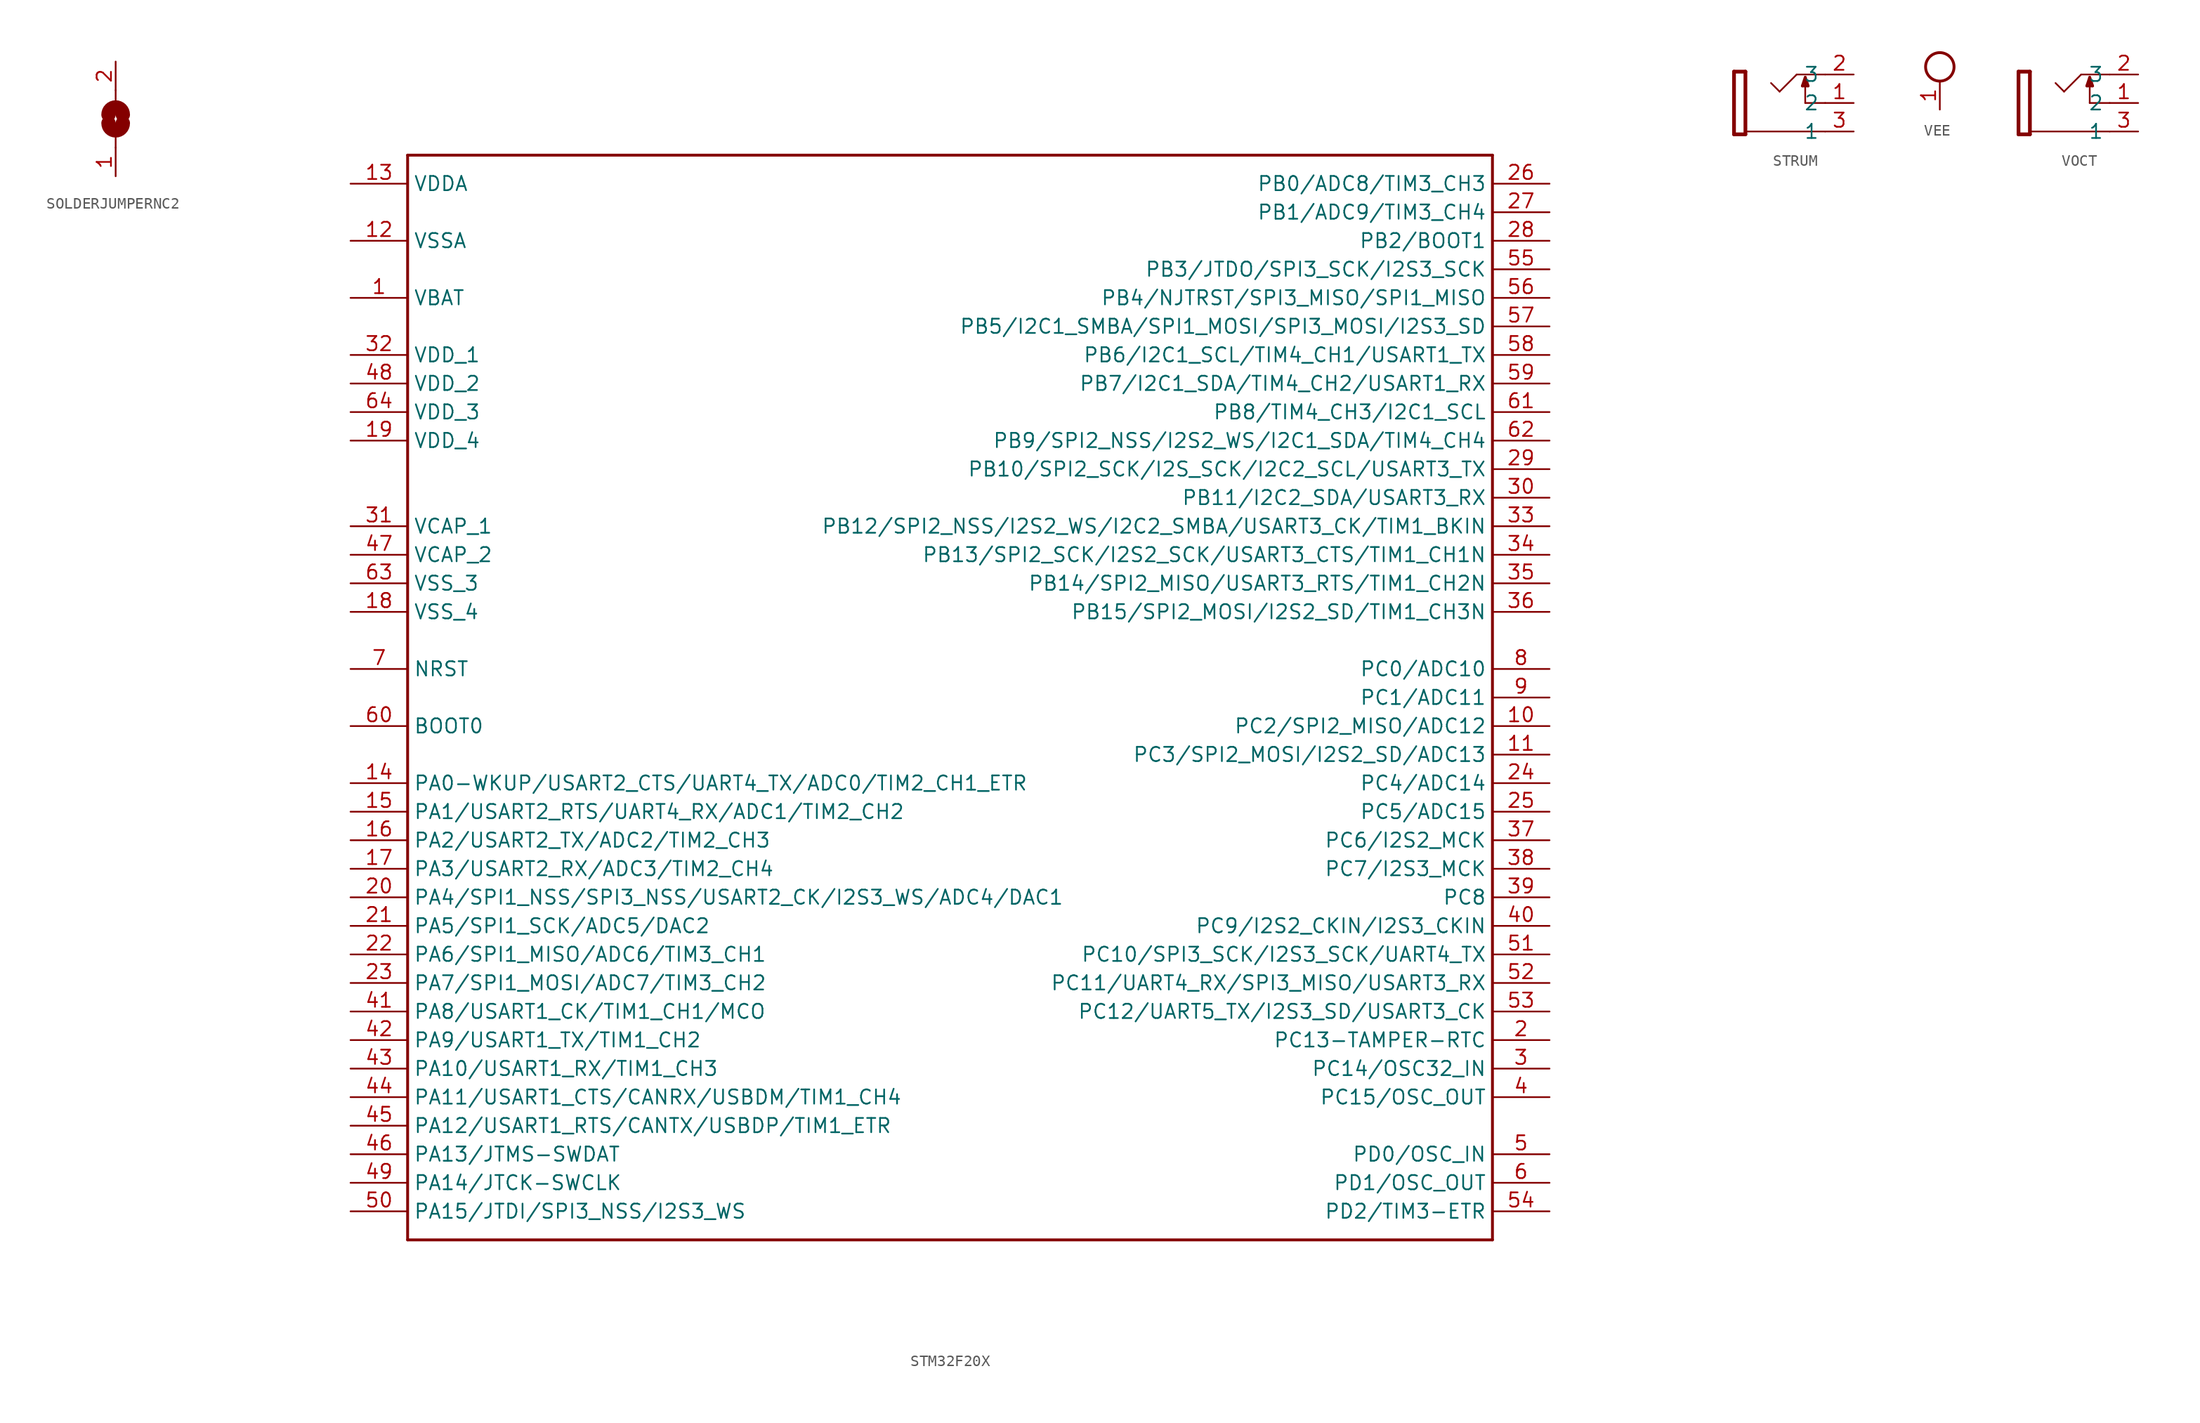
<source format=kicad_sym>
(kicad_symbol_lib
  (version 20231120)
  (generator "kicad_symbol_editor")
  (generator_version "8.0")
  (symbol "SOLDERJUMPERNC2"
    (property "Reference" "SJ"
      (at 0 0 0)
      (effects (font (size 1.27 1.27)) (hide yes)))
    (property "ki_locked" ""
      (at 0 0 0)
      (effects (font (size 1.27 1.27))))
    (symbol "SOLDERJUMPERNC2_1_0"
      (arc (start -0.635 -0.381) (mid 0 -1.016) (end 0.635 -0.381) (stroke (width 1.27) (type solid)) (fill (type none)))
      (polyline (pts (xy 0 -2.54) (xy 0 -1.651)) (stroke (width 0.152) (type solid)) (fill (type none)))
      (polyline (pts (xy 0 2.54) (xy 0 1.651)) (stroke (width 0.152) (type solid)) (fill (type none)))
      (arc (start 0.635 0.381) (mid 0 1.016) (end -0.635 0.381) (stroke (width 1.27) (type solid)) (fill (type none)))
      (pin passive line (at 0 -5.08 90) (length 2.54) (name "1" (effects (font (size 0 0)))) (number "1" (effects (font (size 1.27 1.27)))))
      (pin passive line (at 0 5.08 270) (length 2.54) (name "2" (effects (font (size 0 0)))) (number "2" (effects (font (size 1.27 1.27)))))))
  (symbol "STM32F20X"
    (property "Reference" "IC"
      (at 0 0 0)
      (effects (font (size 1.27 1.27)) (hide yes)))
    (property "ki_locked" ""
      (at 0 0 0)
      (effects (font (size 1.27 1.27))))
    (symbol "STM32F20X_1_0"
      (polyline (pts (xy -48.26 -48.26) (xy -48.26 48.26)) (stroke (width 0.254) (type solid)) (fill (type none)))
      (polyline (pts (xy -48.26 48.26) (xy 48.26 48.26)) (stroke (width 0.254) (type solid)) (fill (type none)))
      (polyline (pts (xy 48.26 -48.26) (xy -48.26 -48.26)) (stroke (width 0.254) (type solid)) (fill (type none)))
      (polyline (pts (xy 48.26 48.26) (xy 48.26 -48.26)) (stroke (width 0.254) (type solid)) (fill (type none)))
      (pin power_in line (at -53.34 35.56 0) (length 5.08) (name "VBAT" (effects (font (size 1.27 1.27)))) (number "1" (effects (font (size 1.27 1.27)))))
      (pin bidirectional line (at 53.34 -2.54 180) (length 5.08) (name "PC2/SPI2_MISO/ADC12" (effects (font (size 1.27 1.27)))) (number "10" (effects (font (size 1.27 1.27)))))
      (pin bidirectional line (at 53.34 -5.08 180) (length 5.08) (name "PC3/SPI2_MOSI/I2S2_SD/ADC13" (effects (font (size 1.27 1.27)))) (number "11" (effects (font (size 1.27 1.27)))))
      (pin power_in line (at -53.34 40.64 0) (length 5.08) (name "VSSA" (effects (font (size 1.27 1.27)))) (number "12" (effects (font (size 1.27 1.27)))))
      (pin power_in line (at -53.34 45.72 0) (length 5.08) (name "VDDA" (effects (font (size 1.27 1.27)))) (number "13" (effects (font (size 1.27 1.27)))))
      (pin bidirectional line (at -53.34 -7.62 0) (length 5.08) (name "PA0-WKUP/USART2_CTS/UART4_TX/ADC0/TIM2_CH1_ETR" (effects (font (size 1.27 1.27)))) (number "14" (effects (font (size 1.27 1.27)))))
      (pin bidirectional line (at -53.34 -10.16 0) (length 5.08) (name "PA1/USART2_RTS/UART4_RX/ADC1/TIM2_CH2" (effects (font (size 1.27 1.27)))) (number "15" (effects (font (size 1.27 1.27)))))
      (pin bidirectional line (at -53.34 -12.7 0) (length 5.08) (name "PA2/USART2_TX/ADC2/TIM2_CH3" (effects (font (size 1.27 1.27)))) (number "16" (effects (font (size 1.27 1.27)))))
      (pin bidirectional line (at -53.34 -15.24 0) (length 5.08) (name "PA3/USART2_RX/ADC3/TIM2_CH4" (effects (font (size 1.27 1.27)))) (number "17" (effects (font (size 1.27 1.27)))))
      (pin power_in line (at -53.34 7.62 0) (length 5.08) (name "VSS_4" (effects (font (size 1.27 1.27)))) (number "18" (effects (font (size 1.27 1.27)))))
      (pin power_in line (at -53.34 22.86 0) (length 5.08) (name "VDD_4" (effects (font (size 1.27 1.27)))) (number "19" (effects (font (size 1.27 1.27)))))
      (pin bidirectional line (at 53.34 -30.48 180) (length 5.08) (name "PC13-TAMPER-RTC" (effects (font (size 1.27 1.27)))) (number "2" (effects (font (size 1.27 1.27)))))
      (pin bidirectional line (at -53.34 -17.78 0) (length 5.08) (name "PA4/SPI1_NSS/SPI3_NSS/USART2_CK/I2S3_WS/ADC4/DAC1" (effects (font (size 1.27 1.27)))) (number "20" (effects (font (size 1.27 1.27)))))
      (pin bidirectional line (at -53.34 -20.32 0) (length 5.08) (name "PA5/SPI1_SCK/ADC5/DAC2" (effects (font (size 1.27 1.27)))) (number "21" (effects (font (size 1.27 1.27)))))
      (pin bidirectional line (at -53.34 -22.86 0) (length 5.08) (name "PA6/SPI1_MISO/ADC6/TIM3_CH1" (effects (font (size 1.27 1.27)))) (number "22" (effects (font (size 1.27 1.27)))))
      (pin bidirectional line (at -53.34 -25.4 0) (length 5.08) (name "PA7/SPI1_MOSI/ADC7/TIM3_CH2" (effects (font (size 1.27 1.27)))) (number "23" (effects (font (size 1.27 1.27)))))
      (pin bidirectional line (at 53.34 -7.62 180) (length 5.08) (name "PC4/ADC14" (effects (font (size 1.27 1.27)))) (number "24" (effects (font (size 1.27 1.27)))))
      (pin bidirectional line (at 53.34 -10.16 180) (length 5.08) (name "PC5/ADC15" (effects (font (size 1.27 1.27)))) (number "25" (effects (font (size 1.27 1.27)))))
      (pin bidirectional line (at 53.34 45.72 180) (length 5.08) (name "PB0/ADC8/TIM3_CH3" (effects (font (size 1.27 1.27)))) (number "26" (effects (font (size 1.27 1.27)))))
      (pin bidirectional line (at 53.34 43.18 180) (length 5.08) (name "PB1/ADC9/TIM3_CH4" (effects (font (size 1.27 1.27)))) (number "27" (effects (font (size 1.27 1.27)))))
      (pin bidirectional line (at 53.34 40.64 180) (length 5.08) (name "PB2/BOOT1" (effects (font (size 1.27 1.27)))) (number "28" (effects (font (size 1.27 1.27)))))
      (pin bidirectional line (at 53.34 20.32 180) (length 5.08) (name "PB10/SPI2_SCK/I2S_SCK/I2C2_SCL/USART3_TX" (effects (font (size 1.27 1.27)))) (number "29" (effects (font (size 1.27 1.27)))))
      (pin bidirectional line (at 53.34 -33.02 180) (length 5.08) (name "PC14/OSC32_IN" (effects (font (size 1.27 1.27)))) (number "3" (effects (font (size 1.27 1.27)))))
      (pin bidirectional line (at 53.34 17.78 180) (length 5.08) (name "PB11/I2C2_SDA/USART3_RX" (effects (font (size 1.27 1.27)))) (number "30" (effects (font (size 1.27 1.27)))))
      (pin power_in line (at -53.34 15.24 0) (length 5.08) (name "VCAP_1" (effects (font (size 1.27 1.27)))) (number "31" (effects (font (size 1.27 1.27)))))
      (pin power_in line (at -53.34 30.48 0) (length 5.08) (name "VDD_1" (effects (font (size 1.27 1.27)))) (number "32" (effects (font (size 1.27 1.27)))))
      (pin bidirectional line (at 53.34 15.24 180) (length 5.08) (name "PB12/SPI2_NSS/I2S2_WS/I2C2_SMBA/USART3_CK/TIM1_BKIN" (effects (font (size 1.27 1.27)))) (number "33" (effects (font (size 1.27 1.27)))))
      (pin bidirectional line (at 53.34 12.7 180) (length 5.08) (name "PB13/SPI2_SCK/I2S2_SCK/USART3_CTS/TIM1_CH1N" (effects (font (size 1.27 1.27)))) (number "34" (effects (font (size 1.27 1.27)))))
      (pin bidirectional line (at 53.34 10.16 180) (length 5.08) (name "PB14/SPI2_MISO/USART3_RTS/TIM1_CH2N" (effects (font (size 1.27 1.27)))) (number "35" (effects (font (size 1.27 1.27)))))
      (pin bidirectional line (at 53.34 7.62 180) (length 5.08) (name "PB15/SPI2_MOSI/I2S2_SD/TIM1_CH3N" (effects (font (size 1.27 1.27)))) (number "36" (effects (font (size 1.27 1.27)))))
      (pin bidirectional line (at 53.34 -12.7 180) (length 5.08) (name "PC6/I2S2_MCK" (effects (font (size 1.27 1.27)))) (number "37" (effects (font (size 1.27 1.27)))))
      (pin bidirectional line (at 53.34 -15.24 180) (length 5.08) (name "PC7/I2S3_MCK" (effects (font (size 1.27 1.27)))) (number "38" (effects (font (size 1.27 1.27)))))
      (pin bidirectional line (at 53.34 -17.78 180) (length 5.08) (name "PC8" (effects (font (size 1.27 1.27)))) (number "39" (effects (font (size 1.27 1.27)))))
      (pin bidirectional line (at 53.34 -35.56 180) (length 5.08) (name "PC15/OSC_OUT" (effects (font (size 1.27 1.27)))) (number "4" (effects (font (size 1.27 1.27)))))
      (pin bidirectional line (at 53.34 -20.32 180) (length 5.08) (name "PC9/I2S2_CKIN/I2S3_CKIN" (effects (font (size 1.27 1.27)))) (number "40" (effects (font (size 1.27 1.27)))))
      (pin bidirectional line (at -53.34 -27.94 0) (length 5.08) (name "PA8/USART1_CK/TIM1_CH1/MCO" (effects (font (size 1.27 1.27)))) (number "41" (effects (font (size 1.27 1.27)))))
      (pin bidirectional line (at -53.34 -30.48 0) (length 5.08) (name "PA9/USART1_TX/TIM1_CH2" (effects (font (size 1.27 1.27)))) (number "42" (effects (font (size 1.27 1.27)))))
      (pin bidirectional line (at -53.34 -33.02 0) (length 5.08) (name "PA10/USART1_RX/TIM1_CH3" (effects (font (size 1.27 1.27)))) (number "43" (effects (font (size 1.27 1.27)))))
      (pin bidirectional line (at -53.34 -35.56 0) (length 5.08) (name "PA11/USART1_CTS/CANRX/USBDM/TIM1_CH4" (effects (font (size 1.27 1.27)))) (number "44" (effects (font (size 1.27 1.27)))))
      (pin bidirectional line (at -53.34 -38.1 0) (length 5.08) (name "PA12/USART1_RTS/CANTX/USBDP/TIM1_ETR" (effects (font (size 1.27 1.27)))) (number "45" (effects (font (size 1.27 1.27)))))
      (pin bidirectional line (at -53.34 -40.64 0) (length 5.08) (name "PA13/JTMS-SWDAT" (effects (font (size 1.27 1.27)))) (number "46" (effects (font (size 1.27 1.27)))))
      (pin power_in line (at -53.34 12.7 0) (length 5.08) (name "VCAP_2" (effects (font (size 1.27 1.27)))) (number "47" (effects (font (size 1.27 1.27)))))
      (pin power_in line (at -53.34 27.94 0) (length 5.08) (name "VDD_2" (effects (font (size 1.27 1.27)))) (number "48" (effects (font (size 1.27 1.27)))))
      (pin bidirectional line (at -53.34 -43.18 0) (length 5.08) (name "PA14/JTCK-SWCLK" (effects (font (size 1.27 1.27)))) (number "49" (effects (font (size 1.27 1.27)))))
      (pin bidirectional line (at 53.34 -40.64 180) (length 5.08) (name "PD0/OSC_IN" (effects (font (size 1.27 1.27)))) (number "5" (effects (font (size 1.27 1.27)))))
      (pin bidirectional line (at -53.34 -45.72 0) (length 5.08) (name "PA15/JTDI/SPI3_NSS/I2S3_WS" (effects (font (size 1.27 1.27)))) (number "50" (effects (font (size 1.27 1.27)))))
      (pin bidirectional line (at 53.34 -22.86 180) (length 5.08) (name "PC10/SPI3_SCK/I2S3_SCK/UART4_TX" (effects (font (size 1.27 1.27)))) (number "51" (effects (font (size 1.27 1.27)))))
      (pin bidirectional line (at 53.34 -25.4 180) (length 5.08) (name "PC11/UART4_RX/SPI3_MISO/USART3_RX" (effects (font (size 1.27 1.27)))) (number "52" (effects (font (size 1.27 1.27)))))
      (pin bidirectional line (at 53.34 -27.94 180) (length 5.08) (name "PC12/UART5_TX/I2S3_SD/USART3_CK" (effects (font (size 1.27 1.27)))) (number "53" (effects (font (size 1.27 1.27)))))
      (pin bidirectional line (at 53.34 -45.72 180) (length 5.08) (name "PD2/TIM3-ETR" (effects (font (size 1.27 1.27)))) (number "54" (effects (font (size 1.27 1.27)))))
      (pin bidirectional line (at 53.34 38.1 180) (length 5.08) (name "PB3/JTDO/SPI3_SCK/I2S3_SCK" (effects (font (size 1.27 1.27)))) (number "55" (effects (font (size 1.27 1.27)))))
      (pin bidirectional line (at 53.34 35.56 180) (length 5.08) (name "PB4/NJTRST/SPI3_MISO/SPI1_MISO" (effects (font (size 1.27 1.27)))) (number "56" (effects (font (size 1.27 1.27)))))
      (pin bidirectional line (at 53.34 33.02 180) (length 5.08) (name "PB5/I2C1_SMBA/SPI1_MOSI/SPI3_MOSI/I2S3_SD" (effects (font (size 1.27 1.27)))) (number "57" (effects (font (size 1.27 1.27)))))
      (pin bidirectional line (at 53.34 30.48 180) (length 5.08) (name "PB6/I2C1_SCL/TIM4_CH1/USART1_TX" (effects (font (size 1.27 1.27)))) (number "58" (effects (font (size 1.27 1.27)))))
      (pin bidirectional line (at 53.34 27.94 180) (length 5.08) (name "PB7/I2C1_SDA/TIM4_CH2/USART1_RX" (effects (font (size 1.27 1.27)))) (number "59" (effects (font (size 1.27 1.27)))))
      (pin bidirectional line (at 53.34 -43.18 180) (length 5.08) (name "PD1/OSC_OUT" (effects (font (size 1.27 1.27)))) (number "6" (effects (font (size 1.27 1.27)))))
      (pin bidirectional line (at -53.34 -2.54 0) (length 5.08) (name "BOOT0" (effects (font (size 1.27 1.27)))) (number "60" (effects (font (size 1.27 1.27)))))
      (pin bidirectional line (at 53.34 25.4 180) (length 5.08) (name "PB8/TIM4_CH3/I2C1_SCL" (effects (font (size 1.27 1.27)))) (number "61" (effects (font (size 1.27 1.27)))))
      (pin bidirectional line (at 53.34 22.86 180) (length 5.08) (name "PB9/SPI2_NSS/I2S2_WS/I2C1_SDA/TIM4_CH4" (effects (font (size 1.27 1.27)))) (number "62" (effects (font (size 1.27 1.27)))))
      (pin power_in line (at -53.34 10.16 0) (length 5.08) (name "VSS_3" (effects (font (size 1.27 1.27)))) (number "63" (effects (font (size 1.27 1.27)))))
      (pin power_in line (at -53.34 25.4 0) (length 5.08) (name "VDD_3" (effects (font (size 1.27 1.27)))) (number "64" (effects (font (size 1.27 1.27)))))
      (pin bidirectional line (at -53.34 2.54 0) (length 5.08) (name "NRST" (effects (font (size 1.27 1.27)))) (number "7" (effects (font (size 1.27 1.27)))))
      (pin bidirectional line (at 53.34 2.54 180) (length 5.08) (name "PC0/ADC10" (effects (font (size 1.27 1.27)))) (number "8" (effects (font (size 1.27 1.27)))))
      (pin bidirectional line (at 53.34 0 180) (length 5.08) (name "PC1/ADC11" (effects (font (size 1.27 1.27)))) (number "9" (effects (font (size 1.27 1.27)))))))
  (symbol "STRUM"
    (property "Reference" "J"
      (at 0 0 0)
      (effects (font (size 1.27 1.27)) (hide yes)))
    (property "ki_locked" ""
      (at 0 0 0)
      (effects (font (size 1.27 1.27))))
    (symbol "STRUM_1_0"
      (polyline (pts (xy -4.063 -2.794) (xy -4.063 2.794)) (stroke (width 0.333) (type solid)) (fill (type none)))
      (polyline (pts (xy -4.063 2.794) (xy -3.047 2.794)) (stroke (width 0.333) (type solid)) (fill (type none)))
      (polyline (pts (xy -3.047 -2.794) (xy -4.063 -2.794)) (stroke (width 0.333) (type solid)) (fill (type none)))
      (polyline (pts (xy -3.047 2.794) (xy -3.047 -2.794)) (stroke (width 0.333) (type solid)) (fill (type none)))
      (polyline (pts (xy -0.001 1.016) (xy -0.763 1.778)) (stroke (width 0.152) (type solid)) (fill (type none)))
      (polyline (pts (xy 1.523 2.54) (xy -0.001 1.016)) (stroke (width 0.152) (type solid)) (fill (type none)))
      (polyline (pts (xy 2.031 1.524) (xy 2.285 2.286)) (stroke (width 0.254) (type solid)) (fill (type none)))
      (polyline (pts (xy 2.285 0) (xy 2.285 2.286)) (stroke (width 0.152) (type solid)) (fill (type none)))
      (polyline (pts (xy 2.285 2.286) (xy 2.539 1.524)) (stroke (width 0.254) (type solid)) (fill (type none)))
      (polyline (pts (xy 2.539 1.524) (xy 2.031 1.524)) (stroke (width 0.254) (type solid)) (fill (type none)))
      (polyline (pts (xy 4.063 -2.54) (xy -3.049 -2.54)) (stroke (width 0.152) (type solid)) (fill (type none)))
      (polyline (pts (xy 4.063 0) (xy 2.285 0)) (stroke (width 0.152) (type solid)) (fill (type none)))
      (polyline (pts (xy 4.063 2.54) (xy 1.523 2.54)) (stroke (width 0.152) (type solid)) (fill (type none)))
      (pin passive line (at 6.603 0 180) (length 2.54) (name "2" (effects (font (size 1.27 1.27)))) (number "1" (effects (font (size 1.27 1.27)))))
      (pin passive line (at 6.603 2.54 180) (length 2.54) (name "3" (effects (font (size 1.27 1.27)))) (number "2" (effects (font (size 1.27 1.27)))))
      (pin passive line (at 6.603 -2.54 180) (length 2.54) (name "1" (effects (font (size 1.27 1.27)))) (number "3" (effects (font (size 1.27 1.27)))))))
  (symbol "VEE"
    (power)
    (property "Reference" "#SUPPLY"
      (at 0 0 0)
      (effects (font (size 1.27 1.27)) (hide yes)))
    (property "ki_locked" ""
      (at 0 0 0)
      (effects (font (size 1.27 1.27))))
    (symbol "VEE_1_0"
      (circle (center 0 0) (radius 1.27) (stroke (width 0.254) (type solid)) (fill (type none)))
      (pin power_in line (at 0 -3.81 90) (length 2.54) (name "VEE" (effects (font (size 0 0)))) (number "1" (effects (font (size 1.27 1.27)))))))
  (symbol "VOCT"
    (property "Reference" "J"
      (at 0 0 0)
      (effects (font (size 1.27 1.27)) (hide yes)))
    (property "ki_locked" ""
      (at 0 0 0)
      (effects (font (size 1.27 1.27))))
    (symbol "VOCT_1_0"
      (polyline (pts (xy -4.063 -2.794) (xy -4.063 2.794)) (stroke (width 0.333) (type solid)) (fill (type none)))
      (polyline (pts (xy -4.063 2.794) (xy -3.047 2.794)) (stroke (width 0.333) (type solid)) (fill (type none)))
      (polyline (pts (xy -3.047 -2.794) (xy -4.063 -2.794)) (stroke (width 0.333) (type solid)) (fill (type none)))
      (polyline (pts (xy -3.047 2.794) (xy -3.047 -2.794)) (stroke (width 0.333) (type solid)) (fill (type none)))
      (polyline (pts (xy -0.001 1.016) (xy -0.763 1.778)) (stroke (width 0.152) (type solid)) (fill (type none)))
      (polyline (pts (xy 1.523 2.54) (xy -0.001 1.016)) (stroke (width 0.152) (type solid)) (fill (type none)))
      (polyline (pts (xy 2.031 1.524) (xy 2.285 2.286)) (stroke (width 0.254) (type solid)) (fill (type none)))
      (polyline (pts (xy 2.285 0) (xy 2.285 2.286)) (stroke (width 0.152) (type solid)) (fill (type none)))
      (polyline (pts (xy 2.285 2.286) (xy 2.539 1.524)) (stroke (width 0.254) (type solid)) (fill (type none)))
      (polyline (pts (xy 2.539 1.524) (xy 2.031 1.524)) (stroke (width 0.254) (type solid)) (fill (type none)))
      (polyline (pts (xy 4.063 -2.54) (xy -3.049 -2.54)) (stroke (width 0.152) (type solid)) (fill (type none)))
      (polyline (pts (xy 4.063 0) (xy 2.285 0)) (stroke (width 0.152) (type solid)) (fill (type none)))
      (polyline (pts (xy 4.063 2.54) (xy 1.523 2.54)) (stroke (width 0.152) (type solid)) (fill (type none)))
      (pin passive line (at 6.603 0 180) (length 2.54) (name "2" (effects (font (size 1.27 1.27)))) (number "1" (effects (font (size 1.27 1.27)))))
      (pin passive line (at 6.603 2.54 180) (length 2.54) (name "3" (effects (font (size 1.27 1.27)))) (number "2" (effects (font (size 1.27 1.27)))))
      (pin passive line (at 6.603 -2.54 180) (length 2.54) (name "1" (effects (font (size 1.27 1.27)))) (number "3" (effects (font (size 1.27 1.27))))))))
</source>
